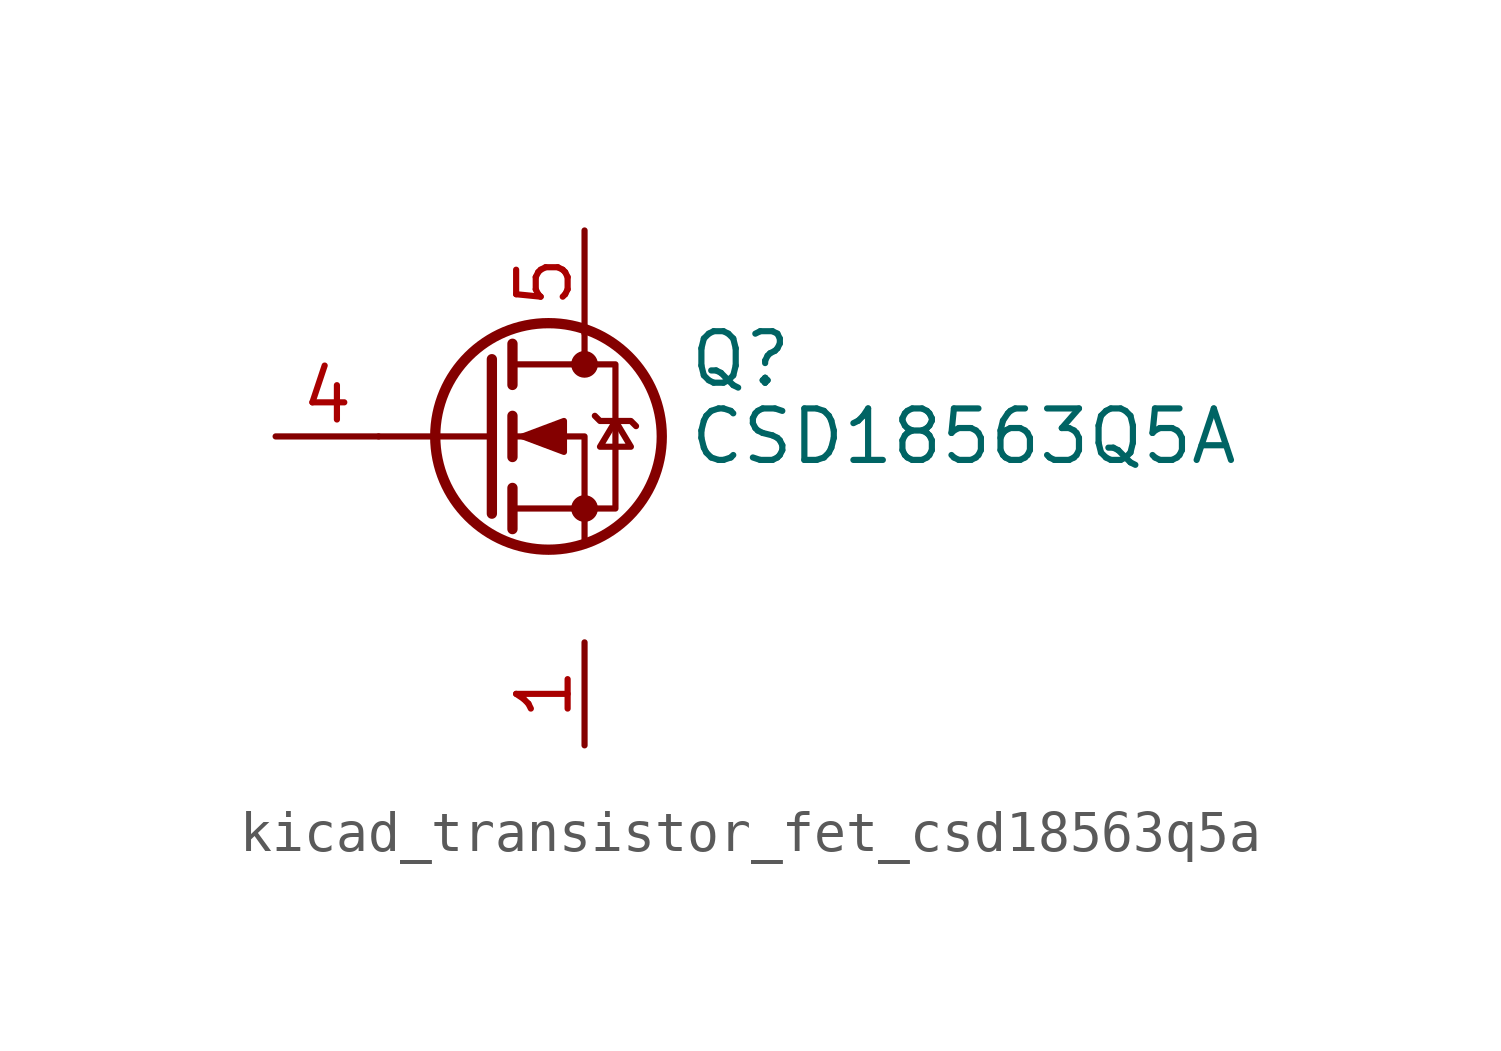
<source format=kicad_sym>
(kicad_symbol_lib
  (version 20220914)
  (generator kicad_symbol_editor)
  (symbol "kicad_transistor_fet_csd18563q5a"
    (pin_names hide)
    (property "Reference" "Q"
      (at 5.08 1.905 0)
      (effects (font (size 1.27 1.27)) (justify left)))
    (property "Value" "CSD18563Q5A"
      (at 5.08 0 0)
      (effects (font (size 1.27 1.27)) (justify left)))
    (symbol "kicad_transistor_fet_csd18563q5a_0_1"
      (polyline (pts (xy 0.254 0) (xy -2.54 0)) (stroke (width 0) (type default)) (fill (type none)))
      (polyline (pts (xy 0.254 1.905) (xy 0.254 -1.905)) (stroke (width 0.254) (type default)) (fill (type none)))
      (polyline (pts (xy 0.762 -1.27) (xy 0.762 -2.286)) (stroke (width 0.254) (type default)) (fill (type none)))
      (polyline (pts (xy 0.762 0.508) (xy 0.762 -0.508)) (stroke (width 0.254) (type default)) (fill (type none)))
      (polyline (pts (xy 0.762 2.286) (xy 0.762 1.27)) (stroke (width 0.254) (type default)) (fill (type none)))
      (polyline (pts (xy 2.54 2.54) (xy 2.54 1.778)) (stroke (width 0) (type default)) (fill (type none)))
      (polyline (pts (xy 2.54 -2.54) (xy 2.54 0) (xy 0.762 0)) (stroke (width 0) (type default)) (fill (type none)))
      (polyline (pts (xy 0.762 -1.778) (xy 3.302 -1.778) (xy 3.302 1.778) (xy 0.762 1.778)) (stroke (width 0) (type default)) (fill (type none)))
      (polyline (pts (xy 1.016 0) (xy 2.032 0.381) (xy 2.032 -0.381) (xy 1.016 0)) (stroke (width 0) (type default)) (fill (type outline)))
      (polyline (pts (xy 2.794 0.508) (xy 2.921 0.381) (xy 3.683 0.381) (xy 3.81 0.254)) (stroke (width 0) (type default)) (fill (type none)))
      (polyline (pts (xy 3.302 0.381) (xy 2.921 -0.254) (xy 3.683 -0.254) (xy 3.302 0.381)) (stroke (width 0) (type default)) (fill (type none)))
      (circle (center 1.651 0) (radius 2.794) (stroke (width 0.254) (type default)) (fill (type none)))
      (circle (center 2.54 -1.778) (radius 0.254) (stroke (width 0) (type default)) (fill (type outline)))
      (circle (center 2.54 1.778) (radius 0.254) (stroke (width 0) (type default)) (fill (type outline))))
    (symbol "kicad_transistor_fet_csd18563q5a_1_1"
      (pin passive line (at 2.54 -5.08 270) (length 2.54) (name "S" (effects (font (size 1.27 1.27)))) (number "1" (effects (font (size 1.27 1.27)))))
      (pin passive line (at 2.54 -5.08 270) (length 2.54) hide (name "S" (effects (font (size 1.27 1.27)))) (number "2" (effects (font (size 1.27 1.27)))))
      (pin passive line (at 2.54 -5.08 90) (length 2.54) hide (name "S" (effects (font (size 1.27 1.27)))) (number "3" (effects (font (size 1.27 1.27)))))
      (pin passive line (at -5.08 0 0) (length 2.54) (name "G" (effects (font (size 1.27 1.27)))) (number "4" (effects (font (size 1.27 1.27)))))
      (pin passive line (at 2.54 5.08 270) (length 2.54) (name "D" (effects (font (size 1.27 1.27)))) (number "5" (effects (font (size 1.27 1.27))))))))
</source>
